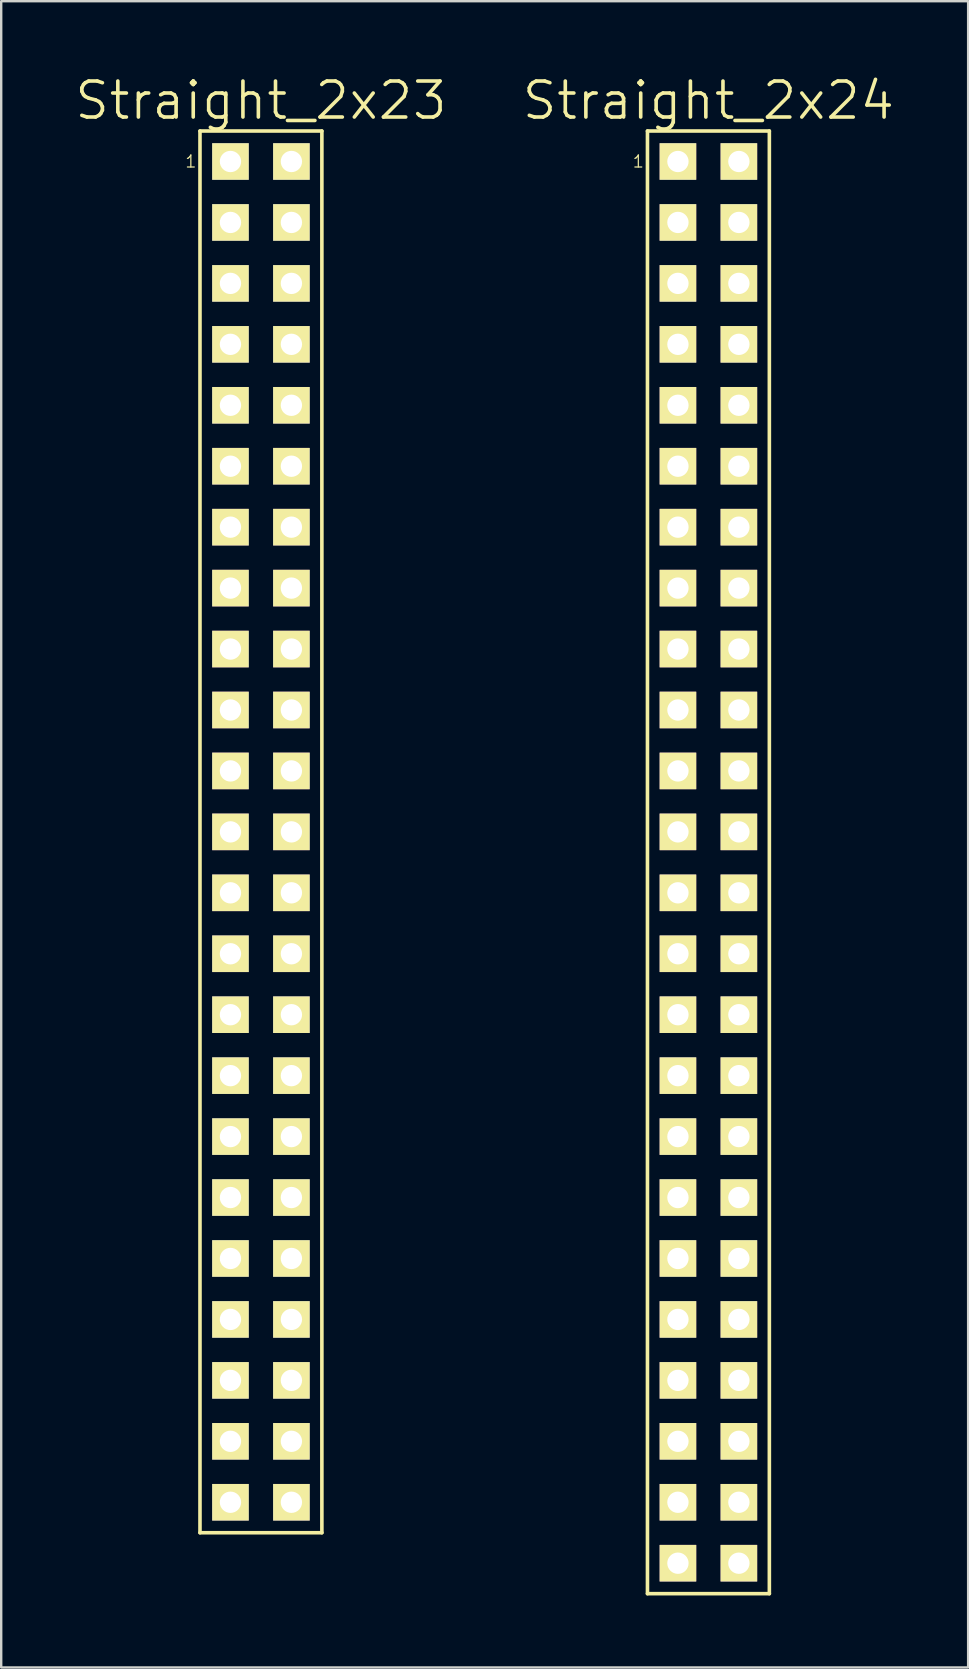
<source format=kicad_pcb>
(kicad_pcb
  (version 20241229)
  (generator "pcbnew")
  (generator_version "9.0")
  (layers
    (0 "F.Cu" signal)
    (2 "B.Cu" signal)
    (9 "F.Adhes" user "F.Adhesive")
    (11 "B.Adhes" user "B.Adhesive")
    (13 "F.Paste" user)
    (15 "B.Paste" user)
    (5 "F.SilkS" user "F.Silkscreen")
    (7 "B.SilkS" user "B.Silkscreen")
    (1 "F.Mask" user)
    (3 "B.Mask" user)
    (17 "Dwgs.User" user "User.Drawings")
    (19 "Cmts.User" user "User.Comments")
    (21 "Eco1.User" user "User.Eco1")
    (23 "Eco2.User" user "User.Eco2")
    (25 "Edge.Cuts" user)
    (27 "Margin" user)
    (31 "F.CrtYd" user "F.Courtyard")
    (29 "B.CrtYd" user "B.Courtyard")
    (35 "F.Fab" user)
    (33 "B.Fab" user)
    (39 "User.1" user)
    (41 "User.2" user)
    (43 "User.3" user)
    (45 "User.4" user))
  (footprint "Straight_2x24"
    (layer "F.Cu")
    (at 26.475 32.891)
    (property "Reference" "Straight_2x24" (at 0 -31.75 0) (layer "F.SilkS") (effects (font (size 1.5 1.5) (thickness 0.15))))
    (attr through_hole)
    (fp_line (start -2.54 -30.48) (end 2.54 -30.48) (stroke (width 0.15) (type solid)) (layer "F.SilkS"))
    (fp_line (start -2.54 30.48) (end -2.54 -30.48) (stroke (width 0.15) (type solid)) (layer "F.SilkS"))
    (fp_line (start 2.54 -30.48) (end 2.54 30.48) (stroke (width 0.15) (type solid)) (layer "F.SilkS"))
    (fp_line (start 2.54 30.48) (end -2.54 30.48) (stroke (width 0.15) (type solid)) (layer "F.SilkS"))
    (fp_text user "1" (at -2.921 -29.21 0) (layer "F.SilkS") (effects (font (size 0.5 0.5) (thickness 0.05))))
    (pad "1" thru_hole rect (at -1.27 -29.21) (size 1.524 1.524) (drill 0.889) (layers "*.Cu" "*.Mask" "F.SilkS"))
    (pad "2" thru_hole rect (at 1.27 -29.21) (size 1.524 1.524) (drill 0.889) (layers "*.Cu" "*.Mask" "F.SilkS"))
    (pad "3" thru_hole rect (at -1.27 -26.67) (size 1.524 1.524) (drill 0.889) (layers "*.Cu" "*.Mask" "F.SilkS"))
    (pad "4" thru_hole rect (at 1.27 -26.67) (size 1.524 1.524) (drill 0.889) (layers "*.Cu" "*.Mask" "F.SilkS"))
    (pad "5" thru_hole rect (at -1.27 -24.13) (size 1.524 1.524) (drill 0.889) (layers "*.Cu" "*.Mask" "F.SilkS"))
    (pad "6" thru_hole rect (at 1.27 -24.13) (size 1.524 1.524) (drill 0.889) (layers "*.Cu" "*.Mask" "F.SilkS"))
    (pad "7" thru_hole rect (at -1.27 -21.59) (size 1.524 1.524) (drill 0.889) (layers "*.Cu" "*.Mask" "F.SilkS"))
    (pad "8" thru_hole rect (at 1.27 -21.59) (size 1.524 1.524) (drill 0.889) (layers "*.Cu" "*.Mask" "F.SilkS"))
    (pad "9" thru_hole rect (at -1.27 -19.05) (size 1.524 1.524) (drill 0.889) (layers "*.Cu" "*.Mask" "F.SilkS"))
    (pad "10" thru_hole rect (at 1.27 -19.05) (size 1.524 1.524) (drill 0.889) (layers "*.Cu" "*.Mask" "F.SilkS"))
    (pad "11" thru_hole rect (at -1.27 -16.51) (size 1.524 1.524) (drill 0.889) (layers "*.Cu" "*.Mask" "F.SilkS"))
    (pad "12" thru_hole rect (at 1.27 -16.51) (size 1.524 1.524) (drill 0.889) (layers "*.Cu" "*.Mask" "F.SilkS"))
    (pad "13" thru_hole rect (at -1.27 -13.97) (size 1.524 1.524) (drill 0.889) (layers "*.Cu" "*.Mask" "F.SilkS"))
    (pad "14" thru_hole rect (at 1.27 -13.97) (size 1.524 1.524) (drill 0.889) (layers "*.Cu" "*.Mask" "F.SilkS"))
    (pad "15" thru_hole rect (at -1.27 -11.43) (size 1.524 1.524) (drill 0.889) (layers "*.Cu" "*.Mask" "F.SilkS"))
    (pad "16" thru_hole rect (at 1.27 -11.43) (size 1.524 1.524) (drill 0.889) (layers "*.Cu" "*.Mask" "F.SilkS"))
    (pad "17" thru_hole rect (at -1.27 -8.89) (size 1.524 1.524) (drill 0.889) (layers "*.Cu" "*.Mask" "F.SilkS"))
    (pad "18" thru_hole rect (at 1.27 -8.89) (size 1.524 1.524) (drill 0.889) (layers "*.Cu" "*.Mask" "F.SilkS"))
    (pad "19" thru_hole rect (at -1.27 -6.35) (size 1.524 1.524) (drill 0.889) (layers "*.Cu" "*.Mask" "F.SilkS"))
    (pad "20" thru_hole rect (at 1.27 -6.35) (size 1.524 1.524) (drill 0.889) (layers "*.Cu" "*.Mask" "F.SilkS"))
    (pad "21" thru_hole rect (at -1.27 -3.81) (size 1.524 1.524) (drill 0.889) (layers "*.Cu" "*.Mask" "F.SilkS"))
    (pad "22" thru_hole rect (at 1.27 -3.81) (size 1.524 1.524) (drill 0.889) (layers "*.Cu" "*.Mask" "F.SilkS"))
    (pad "23" thru_hole rect (at -1.27 -1.27) (size 1.524 1.524) (drill 0.889) (layers "*.Cu" "*.Mask" "F.SilkS"))
    (pad "24" thru_hole rect (at 1.27 -1.27) (size 1.524 1.524) (drill 0.889) (layers "*.Cu" "*.Mask" "F.SilkS"))
    (pad "25" thru_hole rect (at -1.27 1.27) (size 1.524 1.524) (drill 0.889) (layers "*.Cu" "*.Mask" "F.SilkS"))
    (pad "26" thru_hole rect (at 1.27 1.27) (size 1.524 1.524) (drill 0.889) (layers "*.Cu" "*.Mask" "F.SilkS"))
    (pad "27" thru_hole rect (at -1.27 3.81) (size 1.524 1.524) (drill 0.889) (layers "*.Cu" "*.Mask" "F.SilkS"))
    (pad "28" thru_hole rect (at 1.27 3.81) (size 1.524 1.524) (drill 0.889) (layers "*.Cu" "*.Mask" "F.SilkS"))
    (pad "29" thru_hole rect (at -1.27 6.35) (size 1.524 1.524) (drill 0.889) (layers "*.Cu" "*.Mask" "F.SilkS"))
    (pad "30" thru_hole rect (at 1.27 6.35) (size 1.524 1.524) (drill 0.889) (layers "*.Cu" "*.Mask" "F.SilkS"))
    (pad "31" thru_hole rect (at -1.27 8.89) (size 1.524 1.524) (drill 0.889) (layers "*.Cu" "*.Mask" "F.SilkS"))
    (pad "32" thru_hole rect (at 1.27 8.89) (size 1.524 1.524) (drill 0.889) (layers "*.Cu" "*.Mask" "F.SilkS"))
    (pad "33" thru_hole rect (at -1.27 11.43) (size 1.524 1.524) (drill 0.889) (layers "*.Cu" "*.Mask" "F.SilkS"))
    (pad "34" thru_hole rect (at 1.27 11.43) (size 1.524 1.524) (drill 0.889) (layers "*.Cu" "*.Mask" "F.SilkS"))
    (pad "35" thru_hole rect (at -1.27 13.97) (size 1.524 1.524) (drill 0.889) (layers "*.Cu" "*.Mask" "F.SilkS"))
    (pad "36" thru_hole rect (at 1.27 13.97) (size 1.524 1.524) (drill 0.889) (layers "*.Cu" "*.Mask" "F.SilkS"))
    (pad "37" thru_hole rect (at -1.27 16.51) (size 1.524 1.524) (drill 0.889) (layers "*.Cu" "*.Mask" "F.SilkS"))
    (pad "38" thru_hole rect (at 1.27 16.51) (size 1.524 1.524) (drill 0.889) (layers "*.Cu" "*.Mask" "F.SilkS"))
    (pad "39" thru_hole rect (at -1.27 19.05) (size 1.524 1.524) (drill 0.889) (layers "*.Cu" "*.Mask" "F.SilkS"))
    (pad "40" thru_hole rect (at 1.27 19.05) (size 1.524 1.524) (drill 0.889) (layers "*.Cu" "*.Mask" "F.SilkS"))
    (pad "41" thru_hole rect (at -1.27 21.59) (size 1.524 1.524) (drill 0.889) (layers "*.Cu" "*.Mask" "F.SilkS"))
    (pad "42" thru_hole rect (at 1.27 21.59) (size 1.524 1.524) (drill 0.889) (layers "*.Cu" "*.Mask" "F.SilkS"))
    (pad "43" thru_hole rect (at -1.27 24.13) (size 1.524 1.524) (drill 0.889) (layers "*.Cu" "*.Mask" "F.SilkS"))
    (pad "44" thru_hole rect (at 1.27 24.13) (size 1.524 1.524) (drill 0.889) (layers "*.Cu" "*.Mask" "F.SilkS"))
    (pad "45" thru_hole rect (at -1.27 26.67) (size 1.524 1.524) (drill 0.889) (layers "*.Cu" "*.Mask" "F.SilkS"))
    (pad "46" thru_hole rect (at 1.27 26.67) (size 1.524 1.524) (drill 0.889) (layers "*.Cu" "*.Mask" "F.SilkS"))
    (pad "47" thru_hole rect (at -1.27 29.21) (size 1.524 1.524) (drill 0.889) (layers "*.Cu" "*.Mask" "F.SilkS"))
    (pad "48" thru_hole rect (at 1.27 29.21) (size 1.524 1.524) (drill 0.889) (layers "*.Cu" "*.Mask" "F.SilkS")))
  (footprint "Straight_2x23"
    (layer "F.Cu")
    (at 7.825 31.621)
    (property "Reference" "Straight_2x23" (at 0 -30.48 0) (layer "F.SilkS") (effects (font (size 1.5 1.5) (thickness 0.15))))
    (attr through_hole)
    (fp_line (start -2.54 -29.21) (end 2.54 -29.21) (stroke (width 0.15) (type solid)) (layer "F.SilkS"))
    (fp_line (start -2.54 29.21) (end -2.54 -29.21) (stroke (width 0.15) (type solid)) (layer "F.SilkS"))
    (fp_line (start 2.54 -29.21) (end 2.54 29.21) (stroke (width 0.15) (type solid)) (layer "F.SilkS"))
    (fp_line (start 2.54 29.21) (end -2.54 29.21) (stroke (width 0.15) (type solid)) (layer "F.SilkS"))
    (fp_text user "1" (at -2.921 -27.94 0) (layer "F.SilkS") (effects (font (size 0.5 0.5) (thickness 0.05))))
    (pad "1" thru_hole rect (at -1.27 -27.94) (size 1.524 1.524) (drill 0.889) (layers "*.Cu" "*.Mask" "F.SilkS"))
    (pad "2" thru_hole rect (at 1.27 -27.94) (size 1.524 1.524) (drill 0.889) (layers "*.Cu" "*.Mask" "F.SilkS"))
    (pad "3" thru_hole rect (at -1.27 -25.4) (size 1.524 1.524) (drill 0.889) (layers "*.Cu" "*.Mask" "F.SilkS"))
    (pad "4" thru_hole rect (at 1.27 -25.4) (size 1.524 1.524) (drill 0.889) (layers "*.Cu" "*.Mask" "F.SilkS"))
    (pad "5" thru_hole rect (at -1.27 -22.86) (size 1.524 1.524) (drill 0.889) (layers "*.Cu" "*.Mask" "F.SilkS"))
    (pad "6" thru_hole rect (at 1.27 -22.86) (size 1.524 1.524) (drill 0.889) (layers "*.Cu" "*.Mask" "F.SilkS"))
    (pad "7" thru_hole rect (at -1.27 -20.32) (size 1.524 1.524) (drill 0.889) (layers "*.Cu" "*.Mask" "F.SilkS"))
    (pad "8" thru_hole rect (at 1.27 -20.32) (size 1.524 1.524) (drill 0.889) (layers "*.Cu" "*.Mask" "F.SilkS"))
    (pad "9" thru_hole rect (at -1.27 -17.78) (size 1.524 1.524) (drill 0.889) (layers "*.Cu" "*.Mask" "F.SilkS"))
    (pad "10" thru_hole rect (at 1.27 -17.78) (size 1.524 1.524) (drill 0.889) (layers "*.Cu" "*.Mask" "F.SilkS"))
    (pad "11" thru_hole rect (at -1.27 -15.24) (size 1.524 1.524) (drill 0.889) (layers "*.Cu" "*.Mask" "F.SilkS"))
    (pad "12" thru_hole rect (at 1.27 -15.24) (size 1.524 1.524) (drill 0.889) (layers "*.Cu" "*.Mask" "F.SilkS"))
    (pad "13" thru_hole rect (at -1.27 -12.7) (size 1.524 1.524) (drill 0.889) (layers "*.Cu" "*.Mask" "F.SilkS"))
    (pad "14" thru_hole rect (at 1.27 -12.7) (size 1.524 1.524) (drill 0.889) (layers "*.Cu" "*.Mask" "F.SilkS"))
    (pad "15" thru_hole rect (at -1.27 -10.16) (size 1.524 1.524) (drill 0.889) (layers "*.Cu" "*.Mask" "F.SilkS"))
    (pad "16" thru_hole rect (at 1.27 -10.16) (size 1.524 1.524) (drill 0.889) (layers "*.Cu" "*.Mask" "F.SilkS"))
    (pad "17" thru_hole rect (at -1.27 -7.62) (size 1.524 1.524) (drill 0.889) (layers "*.Cu" "*.Mask" "F.SilkS"))
    (pad "18" thru_hole rect (at 1.27 -7.62) (size 1.524 1.524) (drill 0.889) (layers "*.Cu" "*.Mask" "F.SilkS"))
    (pad "19" thru_hole rect (at -1.27 -5.08) (size 1.524 1.524) (drill 0.889) (layers "*.Cu" "*.Mask" "F.SilkS"))
    (pad "20" thru_hole rect (at 1.27 -5.08) (size 1.524 1.524) (drill 0.889) (layers "*.Cu" "*.Mask" "F.SilkS"))
    (pad "21" thru_hole rect (at -1.27 -2.54) (size 1.524 1.524) (drill 0.889) (layers "*.Cu" "*.Mask" "F.SilkS"))
    (pad "22" thru_hole rect (at 1.27 -2.54) (size 1.524 1.524) (drill 0.889) (layers "*.Cu" "*.Mask" "F.SilkS"))
    (pad "23" thru_hole rect (at -1.27 0) (size 1.524 1.524) (drill 0.889) (layers "*.Cu" "*.Mask" "F.SilkS"))
    (pad "24" thru_hole rect (at 1.27 0) (size 1.524 1.524) (drill 0.889) (layers "*.Cu" "*.Mask" "F.SilkS"))
    (pad "25" thru_hole rect (at -1.27 2.54) (size 1.524 1.524) (drill 0.889) (layers "*.Cu" "*.Mask" "F.SilkS"))
    (pad "26" thru_hole rect (at 1.27 2.54) (size 1.524 1.524) (drill 0.889) (layers "*.Cu" "*.Mask" "F.SilkS"))
    (pad "27" thru_hole rect (at -1.27 5.08) (size 1.524 1.524) (drill 0.889) (layers "*.Cu" "*.Mask" "F.SilkS"))
    (pad "28" thru_hole rect (at 1.27 5.08) (size 1.524 1.524) (drill 0.889) (layers "*.Cu" "*.Mask" "F.SilkS"))
    (pad "29" thru_hole rect (at -1.27 7.62) (size 1.524 1.524) (drill 0.889) (layers "*.Cu" "*.Mask" "F.SilkS"))
    (pad "30" thru_hole rect (at 1.27 7.62) (size 1.524 1.524) (drill 0.889) (layers "*.Cu" "*.Mask" "F.SilkS"))
    (pad "31" thru_hole rect (at -1.27 10.16) (size 1.524 1.524) (drill 0.889) (layers "*.Cu" "*.Mask" "F.SilkS"))
    (pad "32" thru_hole rect (at 1.27 10.16) (size 1.524 1.524) (drill 0.889) (layers "*.Cu" "*.Mask" "F.SilkS"))
    (pad "33" thru_hole rect (at -1.27 12.7) (size 1.524 1.524) (drill 0.889) (layers "*.Cu" "*.Mask" "F.SilkS"))
    (pad "34" thru_hole rect (at 1.27 12.7) (size 1.524 1.524) (drill 0.889) (layers "*.Cu" "*.Mask" "F.SilkS"))
    (pad "35" thru_hole rect (at -1.27 15.24) (size 1.524 1.524) (drill 0.889) (layers "*.Cu" "*.Mask" "F.SilkS"))
    (pad "36" thru_hole rect (at 1.27 15.24) (size 1.524 1.524) (drill 0.889) (layers "*.Cu" "*.Mask" "F.SilkS"))
    (pad "37" thru_hole rect (at -1.27 17.78) (size 1.524 1.524) (drill 0.889) (layers "*.Cu" "*.Mask" "F.SilkS"))
    (pad "38" thru_hole rect (at 1.27 17.78) (size 1.524 1.524) (drill 0.889) (layers "*.Cu" "*.Mask" "F.SilkS"))
    (pad "39" thru_hole rect (at -1.27 20.32) (size 1.524 1.524) (drill 0.889) (layers "*.Cu" "*.Mask" "F.SilkS"))
    (pad "40" thru_hole rect (at 1.27 20.32) (size 1.524 1.524) (drill 0.889) (layers "*.Cu" "*.Mask" "F.SilkS"))
    (pad "41" thru_hole rect (at -1.27 22.86) (size 1.524 1.524) (drill 0.889) (layers "*.Cu" "*.Mask" "F.SilkS"))
    (pad "42" thru_hole rect (at 1.27 22.86) (size 1.524 1.524) (drill 0.889) (layers "*.Cu" "*.Mask" "F.SilkS"))
    (pad "43" thru_hole rect (at -1.27 25.4) (size 1.524 1.524) (drill 0.889) (layers "*.Cu" "*.Mask" "F.SilkS"))
    (pad "44" thru_hole rect (at 1.27 25.4) (size 1.524 1.524) (drill 0.889) (layers "*.Cu" "*.Mask" "F.SilkS"))
    (pad "45" thru_hole rect (at -1.27 27.94) (size 1.524 1.524) (drill 0.889) (layers "*.Cu" "*.Mask" "F.SilkS"))
    (pad "46" thru_hole rect (at 1.27 27.94) (size 1.524 1.524) (drill 0.889) (layers "*.Cu" "*.Mask" "F.SilkS")))
  (gr_rect
    (start -3 -3)
    (end 37.3 66.446)
    (stroke (width 0.1) (type default))
    (fill no)
    (layer "Edge.Cuts")))
</source>
